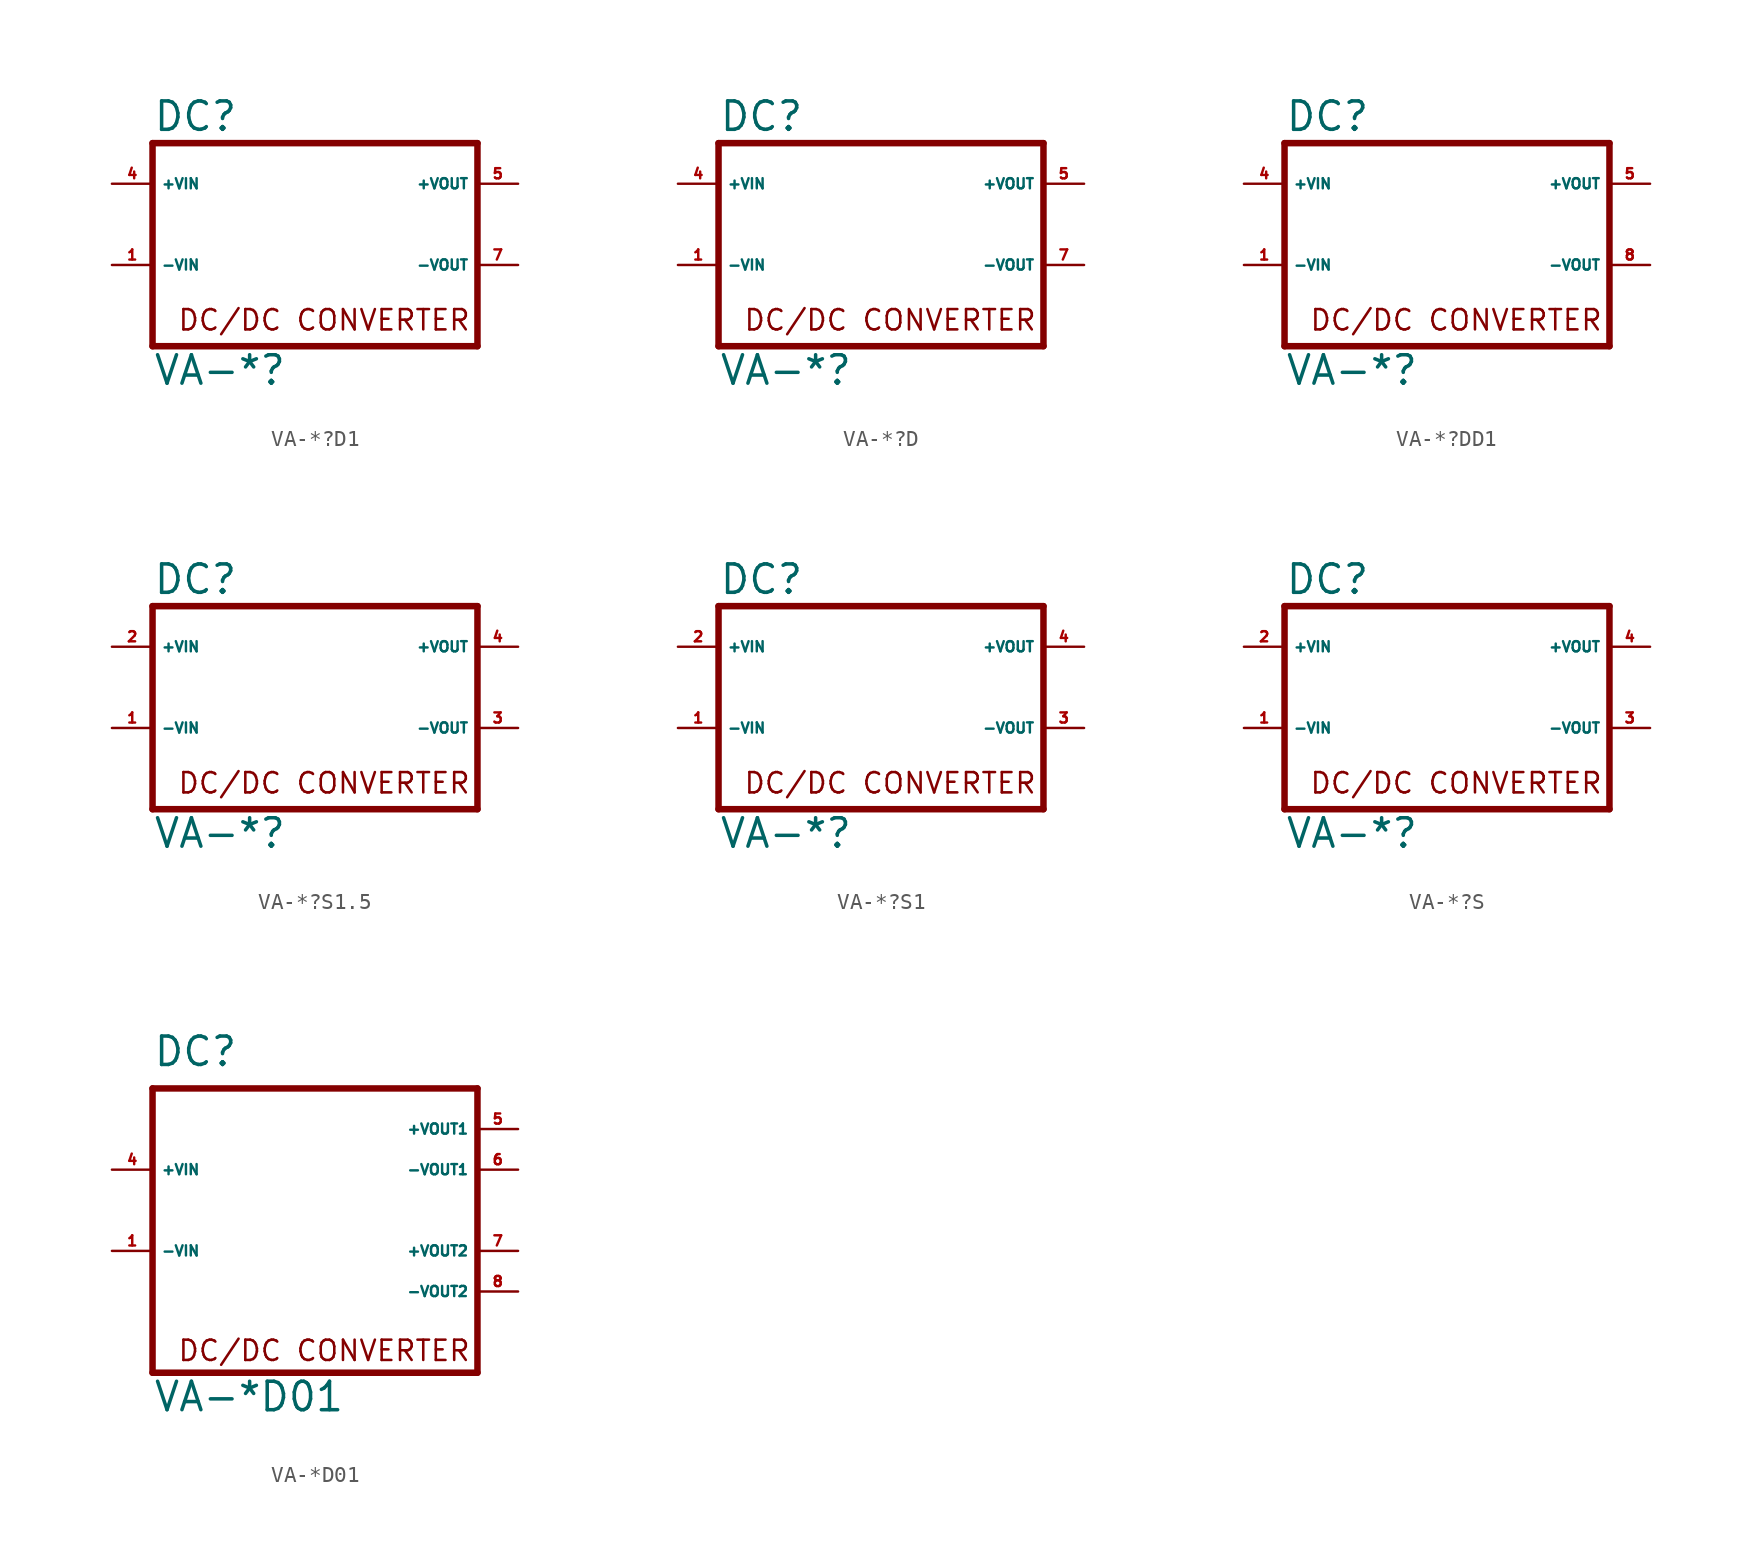
<source format=kicad_sym>
(kicad_symbol_lib
  (version 20220914)
  (generator Eagle2Kicad)
  (symbol "VA-*?D1"
    (property "Reference" "DC"
      (at -10.16 5.715 0)
      (effects (font (size 1.778 1.778) (thickness 0.22)) (justify left bottom)))
    (property "Value" "VA-*?"
      (at -10.16 -10.16 0)
      (effects (font (size 1.778 1.778) (thickness 0.22)) (justify left bottom)))
    (polyline
      (pts (xy -10.16 5.08) (xy 10.16 5.08))
      (stroke (width 0.406) (type default))
      (fill (type none)))
    (polyline
      (pts (xy 10.16 5.08) (xy 10.16 -7.62))
      (stroke (width 0.406) (type default))
      (fill (type none)))
    (polyline
      (pts (xy 10.16 -7.62) (xy -10.16 -7.62))
      (stroke (width 0.406) (type default))
      (fill (type none)))
    (polyline
      (pts (xy -10.16 -7.62) (xy -10.16 5.08))
      (stroke (width 0.406) (type default))
      (fill (type none)))
    (text "DC/DC CONVERTER"
      (at -8.636 -6.731 0)
      (effects (font (size 1.27 1.27) (thickness 0.16)) (justify left bottom)))
    (pin passive line
      (at -12.7 2.54 0)
      (length 2.54)
      (name "+VIN" (effects (font (size 0.635 0.635) (thickness 0.08)) (justify left bottom)))
      (number "4" (effects (font (size 0.635 0.635) (thickness 0.08)) (justify left bottom))))
    (pin passive line
      (at -12.7 -2.54 0)
      (length 2.54)
      (name "-VIN" (effects (font (size 0.635 0.635) (thickness 0.08)) (justify left bottom)))
      (number "1" (effects (font (size 0.635 0.635) (thickness 0.08)) (justify left bottom))))
    (pin passive line
      (at 12.7 2.54 180)
      (length 2.54)
      (name "+VOUT" (effects (font (size 0.635 0.635) (thickness 0.08)) (justify left bottom)))
      (number "5" (effects (font (size 0.635 0.635) (thickness 0.08)) (justify left bottom))))
    (pin passive line
      (at 12.7 -2.54 180)
      (length 2.54)
      (name "-VOUT" (effects (font (size 0.635 0.635) (thickness 0.08)) (justify left bottom)))
      (number "7" (effects (font (size 0.635 0.635) (thickness 0.08)) (justify left bottom)))))
  (symbol "VA-*?D"
    (property "Reference" "DC"
      (at -10.16 5.715 0)
      (effects (font (size 1.778 1.778) (thickness 0.22)) (justify left bottom)))
    (property "Value" "VA-*?"
      (at -10.16 -10.16 0)
      (effects (font (size 1.778 1.778) (thickness 0.22)) (justify left bottom)))
    (polyline
      (pts (xy -10.16 5.08) (xy 10.16 5.08))
      (stroke (width 0.406) (type default))
      (fill (type none)))
    (polyline
      (pts (xy 10.16 5.08) (xy 10.16 -7.62))
      (stroke (width 0.406) (type default))
      (fill (type none)))
    (polyline
      (pts (xy 10.16 -7.62) (xy -10.16 -7.62))
      (stroke (width 0.406) (type default))
      (fill (type none)))
    (polyline
      (pts (xy -10.16 -7.62) (xy -10.16 5.08))
      (stroke (width 0.406) (type default))
      (fill (type none)))
    (text "DC/DC CONVERTER"
      (at -8.636 -6.731 0)
      (effects (font (size 1.27 1.27) (thickness 0.16)) (justify left bottom)))
    (pin passive line
      (at -12.7 2.54 0)
      (length 2.54)
      (name "+VIN" (effects (font (size 0.635 0.635) (thickness 0.08)) (justify left bottom)))
      (number "4" (effects (font (size 0.635 0.635) (thickness 0.08)) (justify left bottom))))
    (pin passive line
      (at -12.7 -2.54 0)
      (length 2.54)
      (name "-VIN" (effects (font (size 0.635 0.635) (thickness 0.08)) (justify left bottom)))
      (number "1" (effects (font (size 0.635 0.635) (thickness 0.08)) (justify left bottom))))
    (pin passive line
      (at 12.7 2.54 180)
      (length 2.54)
      (name "+VOUT" (effects (font (size 0.635 0.635) (thickness 0.08)) (justify left bottom)))
      (number "5" (effects (font (size 0.635 0.635) (thickness 0.08)) (justify left bottom))))
    (pin passive line
      (at 12.7 -2.54 180)
      (length 2.54)
      (name "-VOUT" (effects (font (size 0.635 0.635) (thickness 0.08)) (justify left bottom)))
      (number "7" (effects (font (size 0.635 0.635) (thickness 0.08)) (justify left bottom)))))
  (symbol "VA-*?DD1"
    (property "Reference" "DC"
      (at -10.16 5.715 0)
      (effects (font (size 1.778 1.778) (thickness 0.22)) (justify left bottom)))
    (property "Value" "VA-*?"
      (at -10.16 -10.16 0)
      (effects (font (size 1.778 1.778) (thickness 0.22)) (justify left bottom)))
    (polyline
      (pts (xy -10.16 5.08) (xy 10.16 5.08))
      (stroke (width 0.406) (type default))
      (fill (type none)))
    (polyline
      (pts (xy 10.16 5.08) (xy 10.16 -7.62))
      (stroke (width 0.406) (type default))
      (fill (type none)))
    (polyline
      (pts (xy 10.16 -7.62) (xy -10.16 -7.62))
      (stroke (width 0.406) (type default))
      (fill (type none)))
    (polyline
      (pts (xy -10.16 -7.62) (xy -10.16 5.08))
      (stroke (width 0.406) (type default))
      (fill (type none)))
    (text "DC/DC CONVERTER"
      (at -8.636 -6.731 0)
      (effects (font (size 1.27 1.27) (thickness 0.16)) (justify left bottom)))
    (pin passive line
      (at -12.7 2.54 0)
      (length 2.54)
      (name "+VIN" (effects (font (size 0.635 0.635) (thickness 0.08)) (justify left bottom)))
      (number "4" (effects (font (size 0.635 0.635) (thickness 0.08)) (justify left bottom))))
    (pin passive line
      (at -12.7 -2.54 0)
      (length 2.54)
      (name "-VIN" (effects (font (size 0.635 0.635) (thickness 0.08)) (justify left bottom)))
      (number "1" (effects (font (size 0.635 0.635) (thickness 0.08)) (justify left bottom))))
    (pin passive line
      (at 12.7 2.54 180)
      (length 2.54)
      (name "+VOUT" (effects (font (size 0.635 0.635) (thickness 0.08)) (justify left bottom)))
      (number "5" (effects (font (size 0.635 0.635) (thickness 0.08)) (justify left bottom))))
    (pin passive line
      (at 12.7 -2.54 180)
      (length 2.54)
      (name "-VOUT" (effects (font (size 0.635 0.635) (thickness 0.08)) (justify left bottom)))
      (number "8" (effects (font (size 0.635 0.635) (thickness 0.08)) (justify left bottom)))))
  (symbol "VA-*?S1.5"
    (property "Reference" "DC"
      (at -10.16 5.715 0)
      (effects (font (size 1.778 1.778) (thickness 0.22)) (justify left bottom)))
    (property "Value" "VA-*?"
      (at -10.16 -10.16 0)
      (effects (font (size 1.778 1.778) (thickness 0.22)) (justify left bottom)))
    (polyline
      (pts (xy -10.16 5.08) (xy 10.16 5.08))
      (stroke (width 0.406) (type default))
      (fill (type none)))
    (polyline
      (pts (xy 10.16 5.08) (xy 10.16 -7.62))
      (stroke (width 0.406) (type default))
      (fill (type none)))
    (polyline
      (pts (xy 10.16 -7.62) (xy -10.16 -7.62))
      (stroke (width 0.406) (type default))
      (fill (type none)))
    (polyline
      (pts (xy -10.16 -7.62) (xy -10.16 5.08))
      (stroke (width 0.406) (type default))
      (fill (type none)))
    (text "DC/DC CONVERTER"
      (at -8.636 -6.731 0)
      (effects (font (size 1.27 1.27) (thickness 0.16)) (justify left bottom)))
    (pin passive line
      (at -12.7 2.54 0)
      (length 2.54)
      (name "+VIN" (effects (font (size 0.635 0.635) (thickness 0.08)) (justify left bottom)))
      (number "2" (effects (font (size 0.635 0.635) (thickness 0.08)) (justify left bottom))))
    (pin passive line
      (at -12.7 -2.54 0)
      (length 2.54)
      (name "-VIN" (effects (font (size 0.635 0.635) (thickness 0.08)) (justify left bottom)))
      (number "1" (effects (font (size 0.635 0.635) (thickness 0.08)) (justify left bottom))))
    (pin passive line
      (at 12.7 2.54 180)
      (length 2.54)
      (name "+VOUT" (effects (font (size 0.635 0.635) (thickness 0.08)) (justify left bottom)))
      (number "4" (effects (font (size 0.635 0.635) (thickness 0.08)) (justify left bottom))))
    (pin passive line
      (at 12.7 -2.54 180)
      (length 2.54)
      (name "-VOUT" (effects (font (size 0.635 0.635) (thickness 0.08)) (justify left bottom)))
      (number "3" (effects (font (size 0.635 0.635) (thickness 0.08)) (justify left bottom)))))
  (symbol "VA-*?S1"
    (property "Reference" "DC"
      (at -10.16 5.715 0)
      (effects (font (size 1.778 1.778) (thickness 0.22)) (justify left bottom)))
    (property "Value" "VA-*?"
      (at -10.16 -10.16 0)
      (effects (font (size 1.778 1.778) (thickness 0.22)) (justify left bottom)))
    (polyline
      (pts (xy -10.16 5.08) (xy 10.16 5.08))
      (stroke (width 0.406) (type default))
      (fill (type none)))
    (polyline
      (pts (xy 10.16 5.08) (xy 10.16 -7.62))
      (stroke (width 0.406) (type default))
      (fill (type none)))
    (polyline
      (pts (xy 10.16 -7.62) (xy -10.16 -7.62))
      (stroke (width 0.406) (type default))
      (fill (type none)))
    (polyline
      (pts (xy -10.16 -7.62) (xy -10.16 5.08))
      (stroke (width 0.406) (type default))
      (fill (type none)))
    (text "DC/DC CONVERTER"
      (at -8.636 -6.731 0)
      (effects (font (size 1.27 1.27) (thickness 0.16)) (justify left bottom)))
    (pin passive line
      (at -12.7 2.54 0)
      (length 2.54)
      (name "+VIN" (effects (font (size 0.635 0.635) (thickness 0.08)) (justify left bottom)))
      (number "2" (effects (font (size 0.635 0.635) (thickness 0.08)) (justify left bottom))))
    (pin passive line
      (at -12.7 -2.54 0)
      (length 2.54)
      (name "-VIN" (effects (font (size 0.635 0.635) (thickness 0.08)) (justify left bottom)))
      (number "1" (effects (font (size 0.635 0.635) (thickness 0.08)) (justify left bottom))))
    (pin passive line
      (at 12.7 2.54 180)
      (length 2.54)
      (name "+VOUT" (effects (font (size 0.635 0.635) (thickness 0.08)) (justify left bottom)))
      (number "4" (effects (font (size 0.635 0.635) (thickness 0.08)) (justify left bottom))))
    (pin passive line
      (at 12.7 -2.54 180)
      (length 2.54)
      (name "-VOUT" (effects (font (size 0.635 0.635) (thickness 0.08)) (justify left bottom)))
      (number "3" (effects (font (size 0.635 0.635) (thickness 0.08)) (justify left bottom)))))
  (symbol "VA-*?S"
    (property "Reference" "DC"
      (at -10.16 5.715 0)
      (effects (font (size 1.778 1.778) (thickness 0.22)) (justify left bottom)))
    (property "Value" "VA-*?"
      (at -10.16 -10.16 0)
      (effects (font (size 1.778 1.778) (thickness 0.22)) (justify left bottom)))
    (polyline
      (pts (xy -10.16 5.08) (xy 10.16 5.08))
      (stroke (width 0.406) (type default))
      (fill (type none)))
    (polyline
      (pts (xy 10.16 5.08) (xy 10.16 -7.62))
      (stroke (width 0.406) (type default))
      (fill (type none)))
    (polyline
      (pts (xy 10.16 -7.62) (xy -10.16 -7.62))
      (stroke (width 0.406) (type default))
      (fill (type none)))
    (polyline
      (pts (xy -10.16 -7.62) (xy -10.16 5.08))
      (stroke (width 0.406) (type default))
      (fill (type none)))
    (text "DC/DC CONVERTER"
      (at -8.636 -6.731 0)
      (effects (font (size 1.27 1.27) (thickness 0.16)) (justify left bottom)))
    (pin passive line
      (at -12.7 2.54 0)
      (length 2.54)
      (name "+VIN" (effects (font (size 0.635 0.635) (thickness 0.08)) (justify left bottom)))
      (number "2" (effects (font (size 0.635 0.635) (thickness 0.08)) (justify left bottom))))
    (pin passive line
      (at -12.7 -2.54 0)
      (length 2.54)
      (name "-VIN" (effects (font (size 0.635 0.635) (thickness 0.08)) (justify left bottom)))
      (number "1" (effects (font (size 0.635 0.635) (thickness 0.08)) (justify left bottom))))
    (pin passive line
      (at 12.7 2.54 180)
      (length 2.54)
      (name "+VOUT" (effects (font (size 0.635 0.635) (thickness 0.08)) (justify left bottom)))
      (number "4" (effects (font (size 0.635 0.635) (thickness 0.08)) (justify left bottom))))
    (pin passive line
      (at 12.7 -2.54 180)
      (length 2.54)
      (name "-VOUT" (effects (font (size 0.635 0.635) (thickness 0.08)) (justify left bottom)))
      (number "3" (effects (font (size 0.635 0.635) (thickness 0.08)) (justify left bottom)))))
  (symbol "VA-*D01"
    (property "Reference" "DC"
      (at -10.16 8.89 0)
      (effects (font (size 1.778 1.778) (thickness 0.22)) (justify left bottom)))
    (property "Value" "VA-*D01"
      (at -10.16 -12.7 0)
      (effects (font (size 1.778 1.778) (thickness 0.22)) (justify left bottom)))
    (polyline
      (pts (xy -10.16 7.62) (xy 10.16 7.62))
      (stroke (width 0.406) (type default))
      (fill (type none)))
    (polyline
      (pts (xy 10.16 7.62) (xy 10.16 -10.16))
      (stroke (width 0.406) (type default))
      (fill (type none)))
    (polyline
      (pts (xy 10.16 -10.16) (xy -10.16 -10.16))
      (stroke (width 0.406) (type default))
      (fill (type none)))
    (polyline
      (pts (xy -10.16 -10.16) (xy -10.16 7.62))
      (stroke (width 0.406) (type default))
      (fill (type none)))
    (text "DC/DC CONVERTER"
      (at -8.636 -9.525 0)
      (effects (font (size 1.27 1.27) (thickness 0.16)) (justify left bottom)))
    (pin passive line
      (at -12.7 2.54 0)
      (length 2.54)
      (name "+VIN" (effects (font (size 0.635 0.635) (thickness 0.08)) (justify left bottom)))
      (number "4" (effects (font (size 0.635 0.635) (thickness 0.08)) (justify left bottom))))
    (pin passive line
      (at -12.7 -2.54 0)
      (length 2.54)
      (name "-VIN" (effects (font (size 0.635 0.635) (thickness 0.08)) (justify left bottom)))
      (number "1" (effects (font (size 0.635 0.635) (thickness 0.08)) (justify left bottom))))
    (pin passive line
      (at 12.7 5.08 180)
      (length 2.54)
      (name "+VOUT1" (effects (font (size 0.635 0.635) (thickness 0.08)) (justify left bottom)))
      (number "5" (effects (font (size 0.635 0.635) (thickness 0.08)) (justify left bottom))))
    (pin passive line
      (at 12.7 2.54 180)
      (length 2.54)
      (name "-VOUT1" (effects (font (size 0.635 0.635) (thickness 0.08)) (justify left bottom)))
      (number "6" (effects (font (size 0.635 0.635) (thickness 0.08)) (justify left bottom))))
    (pin passive line
      (at 12.7 -2.54 180)
      (length 2.54)
      (name "+VOUT2" (effects (font (size 0.635 0.635) (thickness 0.08)) (justify left bottom)))
      (number "7" (effects (font (size 0.635 0.635) (thickness 0.08)) (justify left bottom))))
    (pin passive line
      (at 12.7 -5.08 180)
      (length 2.54)
      (name "-VOUT2" (effects (font (size 0.635 0.635) (thickness 0.08)) (justify left bottom)))
      (number "8" (effects (font (size 0.635 0.635) (thickness 0.08)) (justify left bottom))))))
</source>
